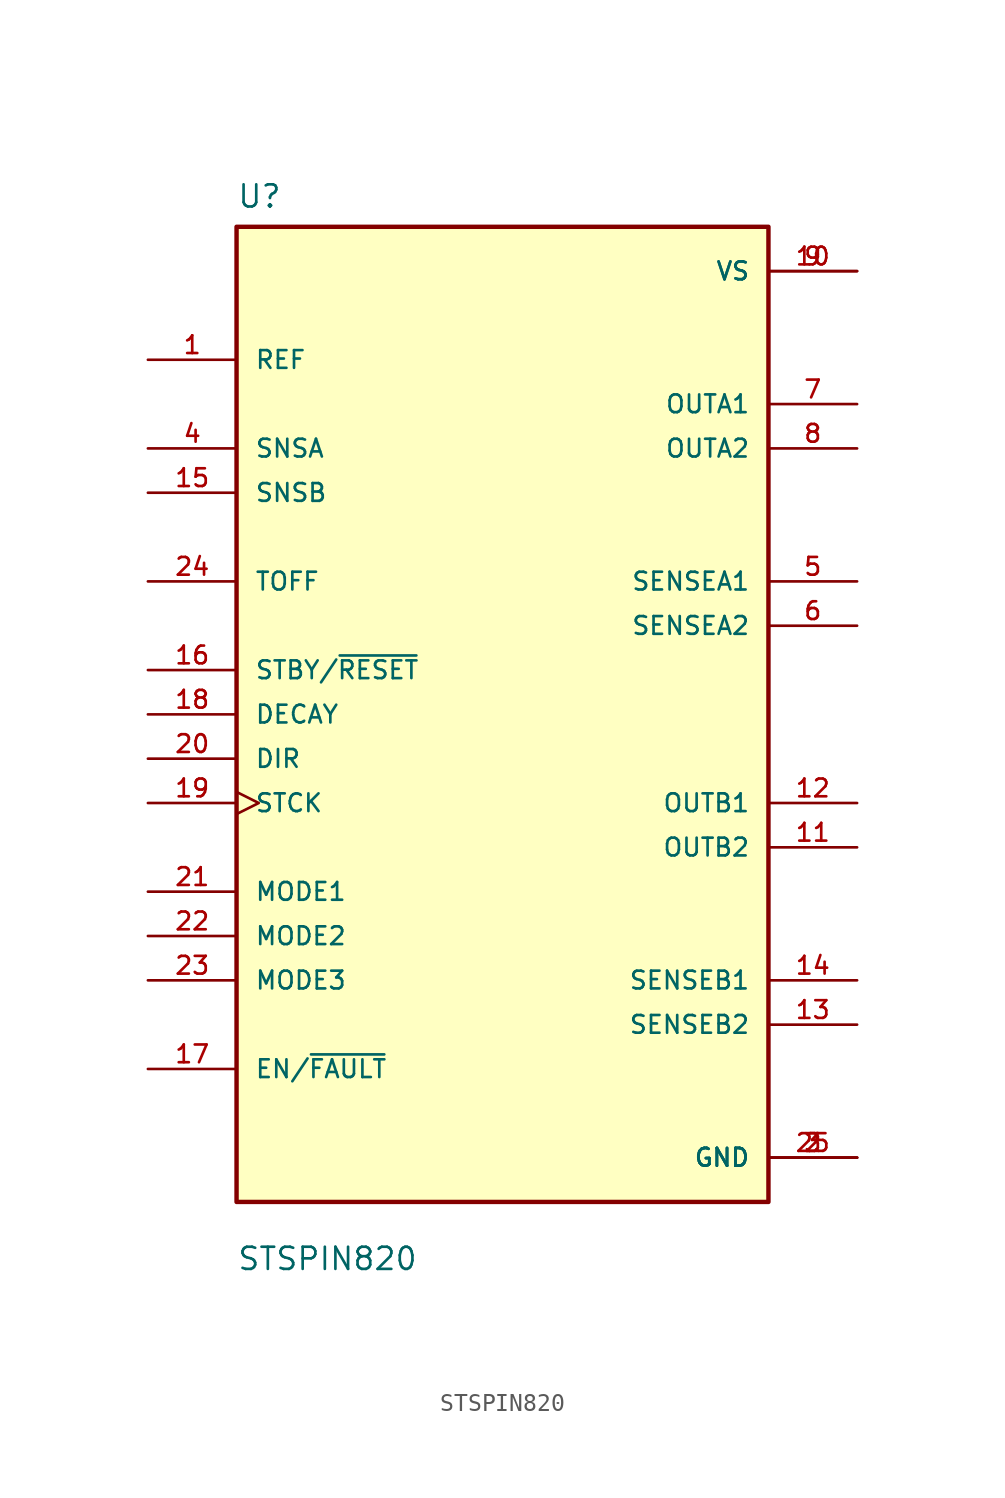
<source format=kicad_sym>
(kicad_symbol_lib
  (version 20211014)
  (generator kicad_symbol_editor)
  (symbol "STSPIN820"
    (pin_names
      (offset 1.016))
    (property "Reference" "U"
      (at -15.24 28.94 0.0)
      (effects (font (size 1.27 1.27)) (justify bottom left)))
    (property "Value" "STSPIN820"
      (at -15.24 -31.94 0.0)
      (effects (font (size 1.27 1.27)) (justify bottom left)))
    (symbol "STSPIN820_0_0"
      (rectangle (start -15.24 -27.94) (end 15.24 27.94) (stroke (width 0.254)) (fill (type background)))
      (pin input line (at -20.32 0.0 0) (length 5.08) (name "DECAY" (effects (font (size 1.016 1.016)))) (number "18" (effects (font (size 1.016 1.016)))))
      (pin input line (at -20.32 -2.54 0) (length 5.08) (name "DIR" (effects (font (size 1.016 1.016)))) (number "20" (effects (font (size 1.016 1.016)))))
      (pin input line (at -20.32 -10.16 0) (length 5.08) (name "MODE1" (effects (font (size 1.016 1.016)))) (number "21" (effects (font (size 1.016 1.016)))))
      (pin input line (at -20.32 -12.7 0) (length 5.08) (name "MODE2" (effects (font (size 1.016 1.016)))) (number "22" (effects (font (size 1.016 1.016)))))
      (pin input line (at -20.32 -15.24 0) (length 5.08) (name "MODE3" (effects (font (size 1.016 1.016)))) (number "23" (effects (font (size 1.016 1.016)))))
      (pin input line (at -20.32 20.32 0) (length 5.08) (name "REF" (effects (font (size 1.016 1.016)))) (number "1" (effects (font (size 1.016 1.016)))))
      (pin input line (at -20.32 15.24 0) (length 5.08) (name "SNSA" (effects (font (size 1.016 1.016)))) (number "4" (effects (font (size 1.016 1.016)))))
      (pin input line (at -20.32 12.7 0) (length 5.08) (name "SNSB" (effects (font (size 1.016 1.016)))) (number "15" (effects (font (size 1.016 1.016)))))
      (pin input line (at -20.32 2.54 0) (length 5.08) (name "STBY/~{RESET}" (effects (font (size 1.016 1.016)))) (number "16" (effects (font (size 1.016 1.016)))))
      (pin input clock (at -20.32 -5.08 0) (length 5.08) (name "STCK" (effects (font (size 1.016 1.016)))) (number "19" (effects (font (size 1.016 1.016)))))
      (pin input line (at -20.32 7.62 0) (length 5.08) (name "TOFF" (effects (font (size 1.016 1.016)))) (number "24" (effects (font (size 1.016 1.016)))))
      (pin bidirectional line (at -20.32 -20.32 0) (length 5.08) (name "EN/~{FAULT}" (effects (font (size 1.016 1.016)))) (number "17" (effects (font (size 1.016 1.016)))))
      (pin power_in line (at 20.32 25.4 180.0) (length 5.08) (name "VS" (effects (font (size 1.016 1.016)))) (number "9" (effects (font (size 1.016 1.016)))))
      (pin power_in line (at 20.32 25.4 180.0) (length 5.08) (name "VS" (effects (font (size 1.016 1.016)))) (number "10" (effects (font (size 1.016 1.016)))))
      (pin output line (at 20.32 17.78 180.0) (length 5.08) (name "OUTA1" (effects (font (size 1.016 1.016)))) (number "7" (effects (font (size 1.016 1.016)))))
      (pin output line (at 20.32 15.24 180.0) (length 5.08) (name "OUTA2" (effects (font (size 1.016 1.016)))) (number "8" (effects (font (size 1.016 1.016)))))
      (pin output line (at 20.32 -5.08 180.0) (length 5.08) (name "OUTB1" (effects (font (size 1.016 1.016)))) (number "12" (effects (font (size 1.016 1.016)))))
      (pin output line (at 20.32 -7.62 180.0) (length 5.08) (name "OUTB2" (effects (font (size 1.016 1.016)))) (number "11" (effects (font (size 1.016 1.016)))))
      (pin output line (at 20.32 7.62 180.0) (length 5.08) (name "SENSEA1" (effects (font (size 1.016 1.016)))) (number "5" (effects (font (size 1.016 1.016)))))
      (pin output line (at 20.32 5.08 180.0) (length 5.08) (name "SENSEA2" (effects (font (size 1.016 1.016)))) (number "6" (effects (font (size 1.016 1.016)))))
      (pin output line (at 20.32 -15.24 180.0) (length 5.08) (name "SENSEB1" (effects (font (size 1.016 1.016)))) (number "14" (effects (font (size 1.016 1.016)))))
      (pin output line (at 20.32 -17.78 180.0) (length 5.08) (name "SENSEB2" (effects (font (size 1.016 1.016)))) (number "13" (effects (font (size 1.016 1.016)))))
      (pin power_in line (at 20.32 -25.4 180.0) (length 5.08) (name "GND" (effects (font (size 1.016 1.016)))) (number "2" (effects (font (size 1.016 1.016)))))
      (pin power_in line (at 20.32 -25.4 180.0) (length 5.08) (name "GND" (effects (font (size 1.016 1.016)))) (number "3" (effects (font (size 1.016 1.016)))))
      (pin power_in line (at 20.32 -25.4 180.0) (length 5.08) (name "GND" (effects (font (size 1.016 1.016)))) (number "25" (effects (font (size 1.016 1.016))))))))
</source>
